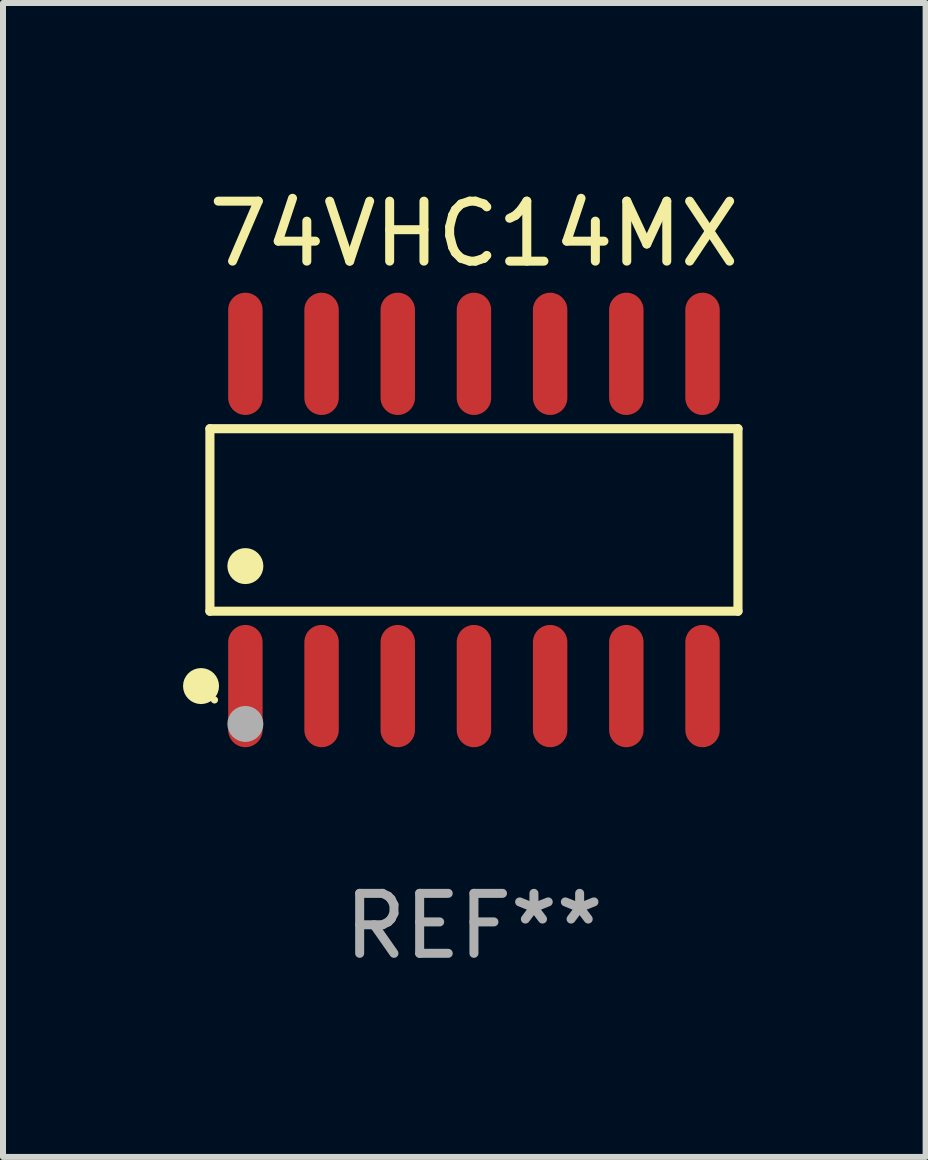
<source format=kicad_pcb>
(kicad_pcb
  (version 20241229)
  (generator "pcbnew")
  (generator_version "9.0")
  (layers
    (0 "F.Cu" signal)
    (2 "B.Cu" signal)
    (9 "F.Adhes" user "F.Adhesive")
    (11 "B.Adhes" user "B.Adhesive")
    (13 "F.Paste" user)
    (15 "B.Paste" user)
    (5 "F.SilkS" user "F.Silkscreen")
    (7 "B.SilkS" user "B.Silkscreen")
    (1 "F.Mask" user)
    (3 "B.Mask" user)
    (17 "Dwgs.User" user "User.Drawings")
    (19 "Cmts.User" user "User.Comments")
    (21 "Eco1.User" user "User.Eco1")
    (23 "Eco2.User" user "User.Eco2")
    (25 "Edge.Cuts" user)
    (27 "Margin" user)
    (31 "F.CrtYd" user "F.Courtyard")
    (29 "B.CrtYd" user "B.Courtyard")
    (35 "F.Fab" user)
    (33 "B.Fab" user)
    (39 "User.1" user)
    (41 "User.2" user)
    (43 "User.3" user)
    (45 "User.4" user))
  (footprint "74VHC14MX"
    (layer "F.Cu")
    (at 4.85 5.617)
    (property "Reference" "74VHC14MX" (at 0 -4.769 0) (layer "F.SilkS") (effects (font (size 1 1) (thickness 0.15))))
    (attr through_hole)
    (fp_line (start -4.401 -1.521) (end 4.401 -1.521) (stroke (width 0.152) (type solid)) (layer "F.SilkS"))
    (fp_line (start -4.401 1.521) (end -4.401 -1.521) (stroke (width 0.152) (type solid)) (layer "F.SilkS"))
    (fp_line (start 4.401 -1.521) (end 4.401 1.521) (stroke (width 0.152) (type solid)) (layer "F.SilkS"))
    (fp_line (start 4.401 1.521) (end -4.401 1.521) (stroke (width 0.152) (type solid)) (layer "F.SilkS"))
    (fp_circle (center -4.549 2.769) (end -4.399 2.769) (stroke (width 0.3) (type solid)) (fill no) (layer "F.SilkS"))
    (fp_circle (center -4.325 3) (end -4.295 3) (stroke (width 0.06) (type solid)) (fill no) (layer "F.SilkS"))
    (fp_circle (center -3.81 0.769) (end -3.66 0.769) (stroke (width 0.3) (type solid)) (fill no) (layer "F.SilkS"))
    (fp_circle (center -3.81 3.4) (end -3.66 3.4) (stroke (width 0.3) (type solid)) (fill no) (layer "F.Fab"))
    (fp_text user "REF**" (at 0 6.769 0) (layer "F.Fab") (effects (font (size 1 1) (thickness 0.15))))
    (pad "1" smd oval (at -3.81 2.769) (size 0.574 2.038) (layers "F.Cu" "F.Mask" "F.Paste"))
    (pad "2" smd oval (at -2.54 2.769) (size 0.574 2.038) (layers "F.Cu" "F.Mask" "F.Paste"))
    (pad "3" smd oval (at -1.27 2.769) (size 0.574 2.038) (layers "F.Cu" "F.Mask" "F.Paste"))
    (pad "4" smd oval (at 0 2.769) (size 0.574 2.038) (layers "F.Cu" "F.Mask" "F.Paste"))
    (pad "5" smd oval (at 1.27 2.769) (size 0.574 2.038) (layers "F.Cu" "F.Mask" "F.Paste"))
    (pad "6" smd oval (at 2.54 2.769) (size 0.574 2.038) (layers "F.Cu" "F.Mask" "F.Paste"))
    (pad "7" smd oval (at 3.81 2.769) (size 0.574 2.038) (layers "F.Cu" "F.Mask" "F.Paste"))
    (pad "8" smd oval (at 3.81 -2.769) (size 0.574 2.038) (layers "F.Cu" "F.Mask" "F.Paste"))
    (pad "9" smd oval (at 2.54 -2.769) (size 0.574 2.038) (layers "F.Cu" "F.Mask" "F.Paste"))
    (pad "10" smd oval (at 1.27 -2.769) (size 0.574 2.038) (layers "F.Cu" "F.Mask" "F.Paste"))
    (pad "11" smd oval (at 0 -2.769) (size 0.574 2.038) (layers "F.Cu" "F.Mask" "F.Paste"))
    (pad "12" smd oval (at -1.27 -2.769) (size 0.574 2.038) (layers "F.Cu" "F.Mask" "F.Paste"))
    (pad "13" smd oval (at -2.54 -2.769) (size 0.574 2.038) (layers "F.Cu" "F.Mask" "F.Paste"))
    (pad "14" smd oval (at -3.81 -2.769) (size 0.574 2.038) (layers "F.Cu" "F.Mask" "F.Paste")))
  (gr_rect
    (start -3 -3)
    (end 12.379 16.235)
    (stroke (width 0.1) (type default))
    (fill no)
    (layer "Edge.Cuts")))
</source>
